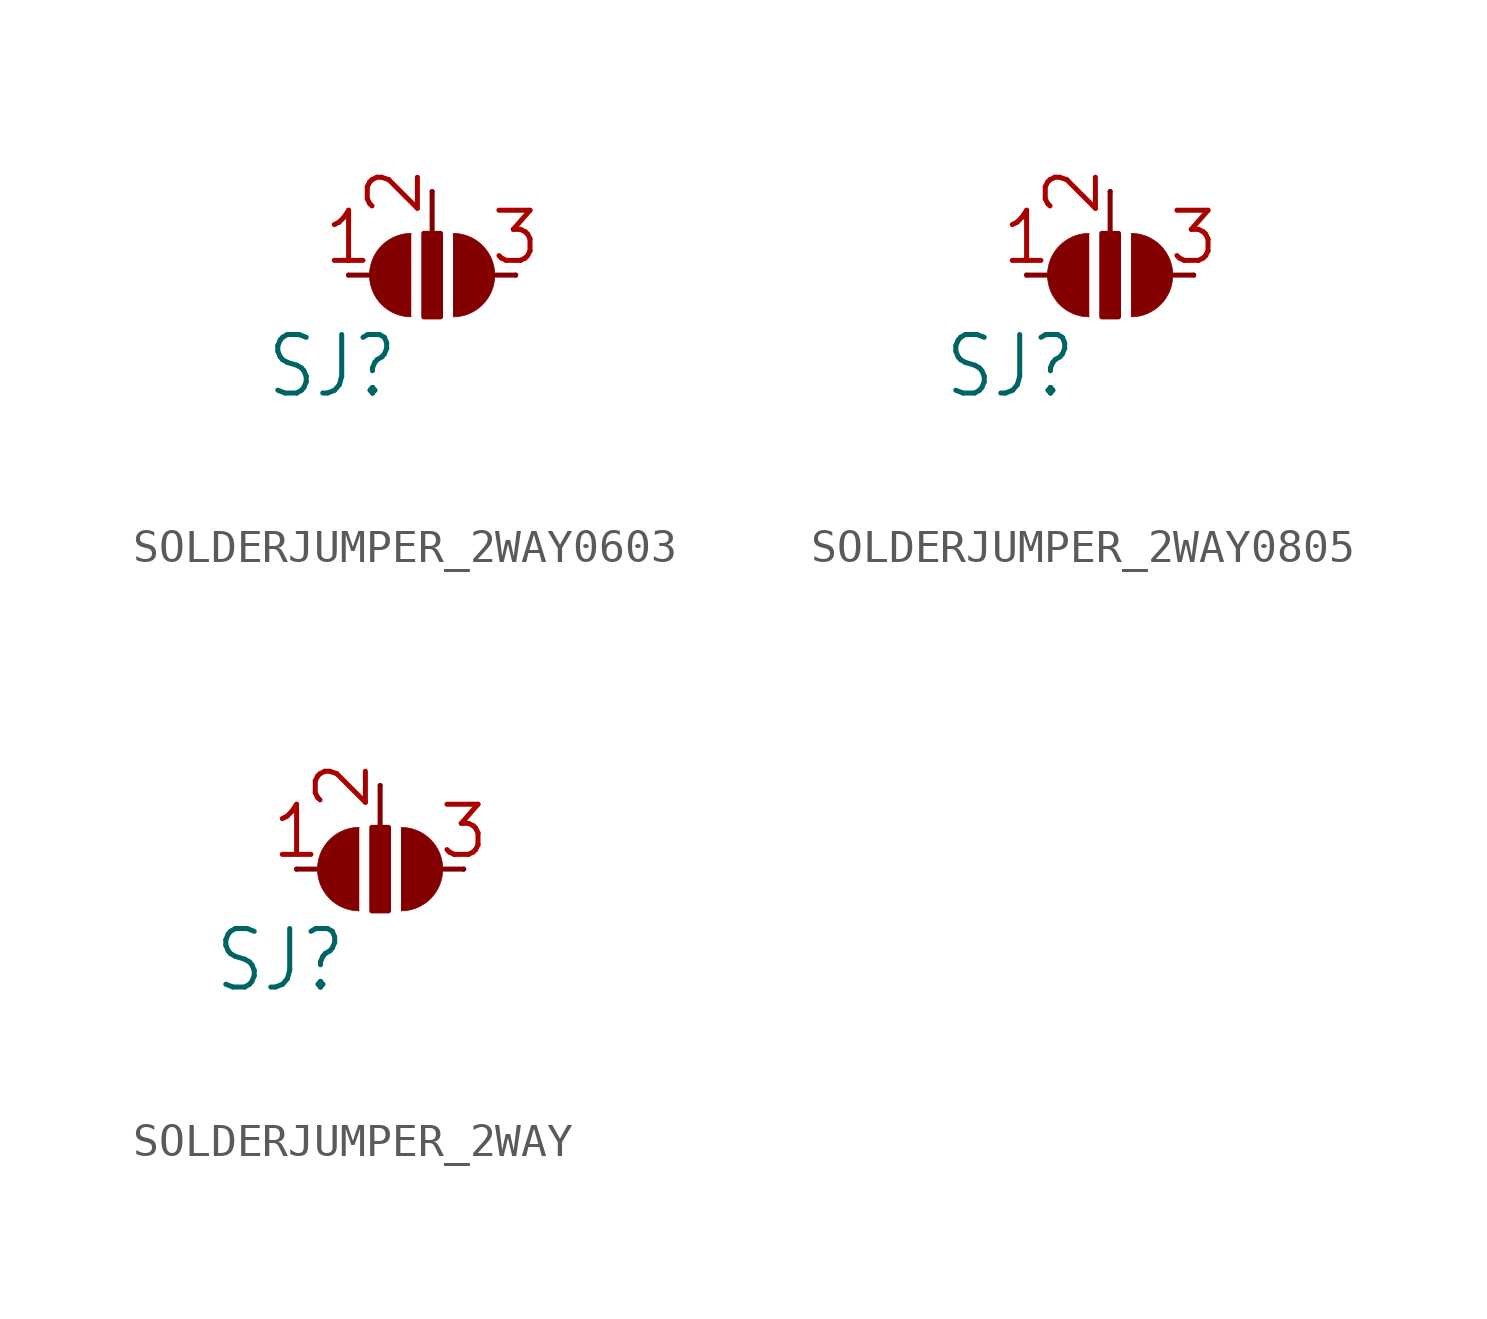
<source format=kicad_sym>
(kicad_symbol_lib
  (version 20241209)
  (generator "kicad_symbol_editor")
  (generator_version "9.0")
  (symbol "SOLDERJUMPER_2WAY0603"
    (property "Reference" "SJ"
      (at -5.08 -3.81 0)
      (effects (font (size 1.778 1.511)) (justify left bottom)))
    (property "Value" ""
      (at -5.08 -6.35 0)
      (effects (font (size 1.778 1.511)) (justify left bottom)))
    (property "ki_locked" ""
      (at 0 0 0)
      (effects (font (size 1.27 1.27))))
    (symbol "SOLDERJUMPER_2WAY0603_1_0"
      (polyline (pts (xy -2.54 0) (xy -1.651 0)) (stroke (width 0.152) (type solid)) (fill (type none)))
      (arc (start -0.635 -1.27) (mid -1.905 0) (end -0.635 1.27) (stroke (width 0.0001) (type solid)) (fill (type outline)))
      (rectangle (start -0.254 -1.27) (end 0.254 1.27) (stroke (width 0) (type default)) (fill (type outline)))
      (polyline (pts (xy 0 2.54) (xy 0 0.381)) (stroke (width 0.152) (type solid)) (fill (type none)))
      (arc (start 0.635 1.27) (mid 1.905 0) (end 0.635 -1.27) (stroke (width 0.0001) (type solid)) (fill (type outline)))
      (polyline (pts (xy 2.54 0) (xy 1.651 0)) (stroke (width 0.152) (type solid)) (fill (type none)))
      (pin passive line (at -2.54 0 0) (length 0) (name "1" (effects (font (size 0 0)))) (number "1" (effects (font (size 1.524 1.524)))))
      (pin passive line (at 0 2.54 270) (length 0) (name "2" (effects (font (size 0 0)))) (number "2" (effects (font (size 1.524 1.524)))))
      (pin passive line (at 2.54 0 180) (length 0) (name "3" (effects (font (size 0 0)))) (number "3" (effects (font (size 1.524 1.524)))))))
  (symbol "SOLDERJUMPER_2WAY0805"
    (property "Reference" "SJ"
      (at -5.08 -3.81 0)
      (effects (font (size 1.778 1.511)) (justify left bottom)))
    (property "Value" ""
      (at -5.08 -6.35 0)
      (effects (font (size 1.778 1.511)) (justify left bottom)))
    (property "ki_locked" ""
      (at 0 0 0)
      (effects (font (size 1.27 1.27))))
    (symbol "SOLDERJUMPER_2WAY0805_1_0"
      (polyline (pts (xy -2.54 0) (xy -1.651 0)) (stroke (width 0.152) (type solid)) (fill (type none)))
      (arc (start -0.635 -1.27) (mid -1.905 0) (end -0.635 1.27) (stroke (width 0.0001) (type solid)) (fill (type outline)))
      (rectangle (start -0.254 -1.27) (end 0.254 1.27) (stroke (width 0) (type default)) (fill (type outline)))
      (polyline (pts (xy 0 2.54) (xy 0 0.381)) (stroke (width 0.152) (type solid)) (fill (type none)))
      (arc (start 0.635 1.27) (mid 1.905 0) (end 0.635 -1.27) (stroke (width 0.0001) (type solid)) (fill (type outline)))
      (polyline (pts (xy 2.54 0) (xy 1.651 0)) (stroke (width 0.152) (type solid)) (fill (type none)))
      (pin passive line (at -2.54 0 0) (length 0) (name "1" (effects (font (size 0 0)))) (number "1" (effects (font (size 1.524 1.524)))))
      (pin passive line (at 0 2.54 270) (length 0) (name "2" (effects (font (size 0 0)))) (number "2" (effects (font (size 1.524 1.524)))))
      (pin passive line (at 2.54 0 180) (length 0) (name "3" (effects (font (size 0 0)))) (number "3" (effects (font (size 1.524 1.524)))))))
  (symbol "SOLDERJUMPER_2WAY"
    (property "Reference" "SJ"
      (at -5.08 -3.81 0)
      (effects (font (size 1.778 1.511)) (justify left bottom)))
    (property "Value" ""
      (at -5.08 -6.35 0)
      (effects (font (size 1.778 1.511)) (justify left bottom)))
    (property "ki_locked" ""
      (at 0 0 0)
      (effects (font (size 1.27 1.27))))
    (symbol "SOLDERJUMPER_2WAY_1_0"
      (polyline (pts (xy -2.54 0) (xy -1.651 0)) (stroke (width 0.152) (type solid)) (fill (type none)))
      (arc (start -0.635 -1.27) (mid -1.905 0) (end -0.635 1.27) (stroke (width 0.0001) (type solid)) (fill (type outline)))
      (rectangle (start -0.254 -1.27) (end 0.254 1.27) (stroke (width 0) (type default)) (fill (type outline)))
      (polyline (pts (xy 0 2.54) (xy 0 0.381)) (stroke (width 0.152) (type solid)) (fill (type none)))
      (arc (start 0.635 1.27) (mid 1.905 0) (end 0.635 -1.27) (stroke (width 0.0001) (type solid)) (fill (type outline)))
      (polyline (pts (xy 2.54 0) (xy 1.651 0)) (stroke (width 0.152) (type solid)) (fill (type none)))
      (pin passive line (at -2.54 0 0) (length 0) (name "1" (effects (font (size 0 0)))) (number "1" (effects (font (size 1.524 1.524)))))
      (pin passive line (at 0 2.54 270) (length 0) (name "2" (effects (font (size 0 0)))) (number "2" (effects (font (size 1.524 1.524)))))
      (pin passive line (at 2.54 0 180) (length 0) (name "3" (effects (font (size 0 0)))) (number "3" (effects (font (size 1.524 1.524))))))))
</source>
